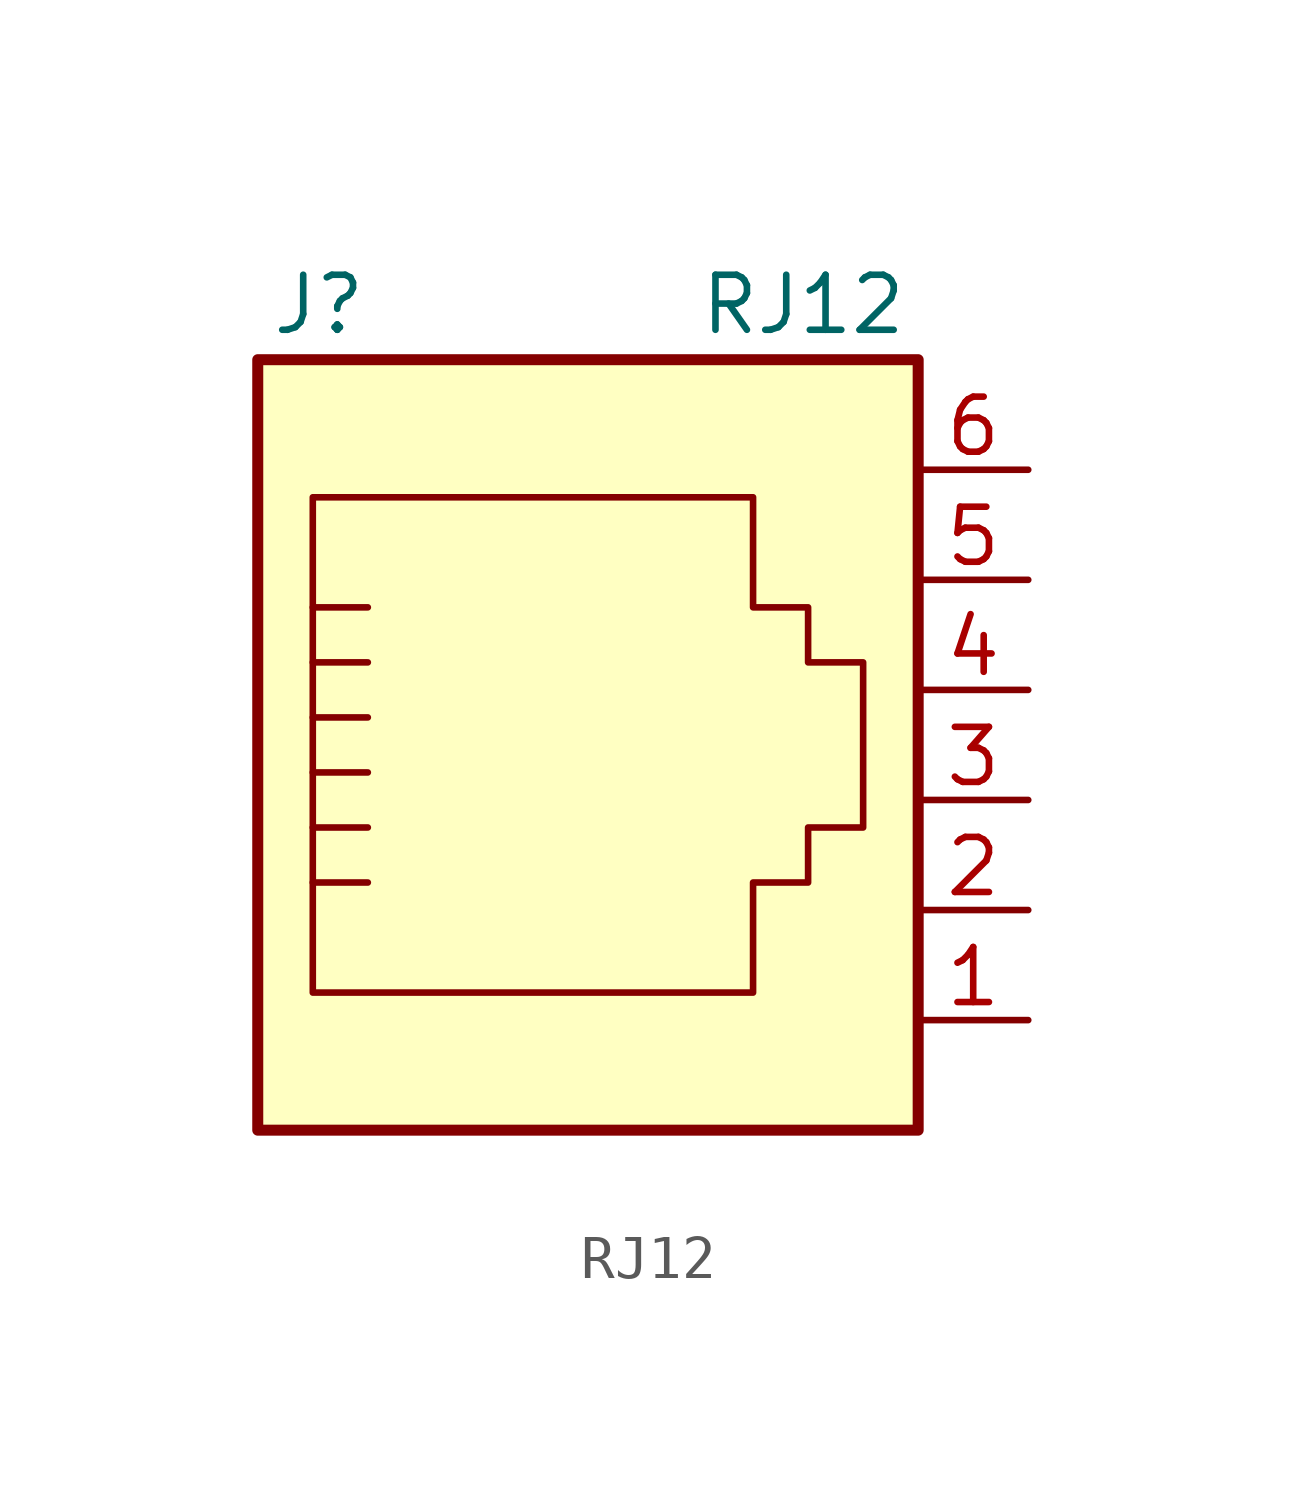
<source format=kicad_sym>
(kicad_symbol_lib
  (version 20211014)
  (generator kicad_symbol_editor)
  (symbol "RJ12"
    (pin_names
      (offset 1.016))
    (property "Reference" "J"
      (at -5.08 11.43 0)
      (effects (font (size 1.27 1.27)) (justify right)))
    (property "Value" "RJ12"
      (at 2.54 11.43 0)
      (effects (font (size 1.27 1.27)) (justify left)))
    (symbol "RJ12_0_1"
      (polyline (pts (xy -6.35 -1.905) (xy -5.08 -1.905) (xy -5.08 -1.905)) (stroke (width 0) (type default) (color 0 0 0 0)) (fill (type none)))
      (polyline (pts (xy -6.35 -0.635) (xy -5.08 -0.635) (xy -5.08 -0.635)) (stroke (width 0) (type default) (color 0 0 0 0)) (fill (type none)))
      (polyline (pts (xy -6.35 0.635) (xy -5.08 0.635) (xy -5.08 0.635)) (stroke (width 0) (type default) (color 0 0 0 0)) (fill (type none)))
      (polyline (pts (xy -6.35 1.905) (xy -5.08 1.905) (xy -5.08 1.905)) (stroke (width 0) (type default) (color 0 0 0 0)) (fill (type none)))
      (polyline (pts (xy -6.35 3.175) (xy -5.08 3.175) (xy -5.08 3.175)) (stroke (width 0) (type default) (color 0 0 0 0)) (fill (type none)))
      (polyline (pts (xy -5.08 4.445) (xy -6.35 4.445) (xy -6.35 4.445)) (stroke (width 0) (type default) (color 0 0 0 0)) (fill (type none)))
      (polyline (pts (xy -6.35 -4.445) (xy -6.35 6.985) (xy 3.81 6.985) (xy 3.81 4.445) (xy 5.08 4.445) (xy 5.08 3.175) (xy 6.35 3.175) (xy 6.35 -0.635) (xy 5.08 -0.635) (xy 5.08 -1.905) (xy 3.81 -1.905) (xy 3.81 -4.445) (xy -6.35 -4.445) (xy -6.35 -4.445)) (stroke (width 0) (type default) (color 0 0 0 0)) (fill (type none)))
      (rectangle (start 7.62 10.16) (end -7.62 -7.62) (stroke (width 0.254) (type default) (color 0 0 0 0)) (fill (type background))))
    (symbol "RJ12_1_1"
      (pin passive line (at 10.16 -5.08 180) (length 2.54) (name "~" (effects (font (size 1.27 1.27)))) (number "1" (effects (font (size 1.27 1.27)))))
      (pin passive line (at 10.16 -2.54 180) (length 2.54) (name "~" (effects (font (size 1.27 1.27)))) (number "2" (effects (font (size 1.27 1.27)))))
      (pin passive line (at 10.16 0 180) (length 2.54) (name "~" (effects (font (size 1.27 1.27)))) (number "3" (effects (font (size 1.27 1.27)))))
      (pin passive line (at 10.16 2.54 180) (length 2.54) (name "~" (effects (font (size 1.27 1.27)))) (number "4" (effects (font (size 1.27 1.27)))))
      (pin passive line (at 10.16 5.08 180) (length 2.54) (name "~" (effects (font (size 1.27 1.27)))) (number "5" (effects (font (size 1.27 1.27)))))
      (pin passive line (at 10.16 7.62 180) (length 2.54) (name "~" (effects (font (size 1.27 1.27)))) (number "6" (effects (font (size 1.27 1.27))))))))
</source>
